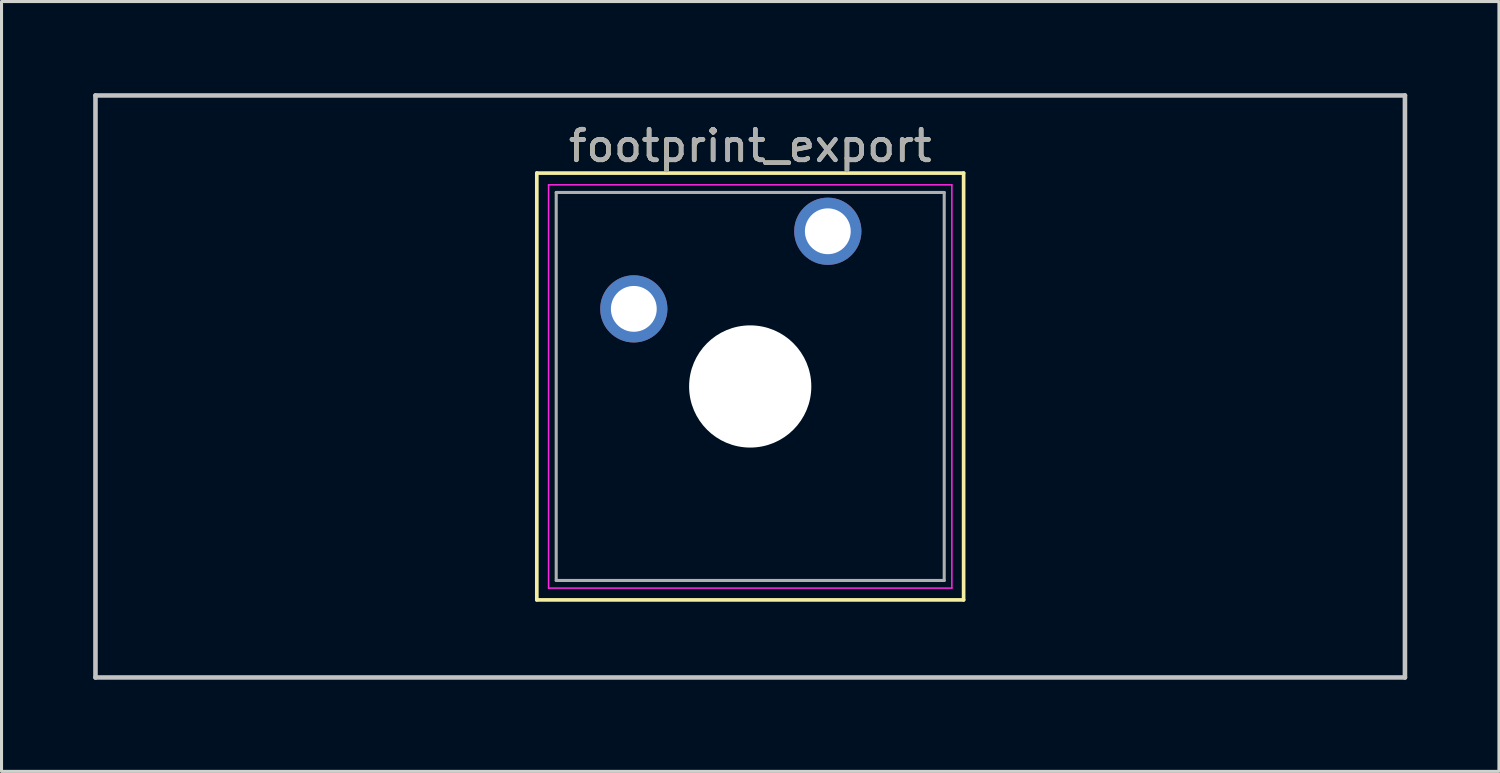
<source format=kicad_pcb>
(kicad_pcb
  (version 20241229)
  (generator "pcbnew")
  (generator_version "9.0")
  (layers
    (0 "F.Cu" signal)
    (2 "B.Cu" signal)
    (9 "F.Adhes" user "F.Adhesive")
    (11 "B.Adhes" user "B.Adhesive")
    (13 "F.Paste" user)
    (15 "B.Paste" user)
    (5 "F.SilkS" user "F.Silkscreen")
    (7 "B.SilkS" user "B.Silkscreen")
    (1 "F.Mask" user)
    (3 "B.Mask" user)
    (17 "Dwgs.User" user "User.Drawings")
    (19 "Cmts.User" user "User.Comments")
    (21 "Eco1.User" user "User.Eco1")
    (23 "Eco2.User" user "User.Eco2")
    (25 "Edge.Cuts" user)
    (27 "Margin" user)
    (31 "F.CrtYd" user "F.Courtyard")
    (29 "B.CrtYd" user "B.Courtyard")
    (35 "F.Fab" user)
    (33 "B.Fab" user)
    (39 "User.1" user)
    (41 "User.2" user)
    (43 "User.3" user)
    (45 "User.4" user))
  (footprint "footprint_export"
    (layer "F.Cu")
    (at 24.046 4.52)
    (property "Reference" "footprint_export" (at -2.54 -2.794 0) (layer "F.SilkS") (effects (font (size 1 1) (thickness 0.15))))
    (attr through_hole)
    (fp_line (start -9.525 -1.905) (end 4.445 -1.905) (stroke (width 0.12) (type solid)) (layer "F.SilkS"))
    (fp_line (start -9.525 12.065) (end -9.525 -1.905) (stroke (width 0.12) (type solid)) (layer "F.SilkS"))
    (fp_line (start 4.445 -1.905) (end 4.445 12.065) (stroke (width 0.12) (type solid)) (layer "F.SilkS"))
    (fp_line (start 4.445 12.065) (end -9.525 12.065) (stroke (width 0.12) (type solid)) (layer "F.SilkS"))
    (fp_line (start -23.971 -4.445) (end 18.891 -4.445) (stroke (width 0.15) (type solid)) (layer "Dwgs.User"))
    (fp_line (start -23.971 14.605) (end -23.971 -4.445) (stroke (width 0.15) (type solid)) (layer "Dwgs.User"))
    (fp_line (start 18.891 -4.445) (end 18.891 14.605) (stroke (width 0.15) (type solid)) (layer "Dwgs.User"))
    (fp_line (start 18.891 14.605) (end -23.971 14.605) (stroke (width 0.15) (type solid)) (layer "Dwgs.User"))
    (fp_line (start -9.14 -1.52) (end 4.06 -1.52) (stroke (width 0.05) (type solid)) (layer "F.CrtYd"))
    (fp_line (start -9.14 11.68) (end -9.14 -1.52) (stroke (width 0.05) (type solid)) (layer "F.CrtYd"))
    (fp_line (start 4.06 -1.52) (end 4.06 11.68) (stroke (width 0.05) (type solid)) (layer "F.CrtYd"))
    (fp_line (start 4.06 11.68) (end -9.14 11.68) (stroke (width 0.05) (type solid)) (layer "F.CrtYd"))
    (fp_line (start -8.89 -1.27) (end 3.81 -1.27) (stroke (width 0.1) (type solid)) (layer "F.Fab"))
    (fp_line (start -8.89 11.43) (end -8.89 -1.27) (stroke (width 0.1) (type solid)) (layer "F.Fab"))
    (fp_line (start 3.81 -1.27) (end 3.81 11.43) (stroke (width 0.1) (type solid)) (layer "F.Fab"))
    (fp_line (start 3.81 11.43) (end -8.89 11.43) (stroke (width 0.1) (type solid)) (layer "F.Fab"))
    (fp_text user "${REFERENCE}" (at -2.54 -2.794 0) (layer "F.Fab") (effects (font (size 1 1) (thickness 0.15))))
    (pad "" np_thru_hole circle (at -2.54 5.08) (size 4 4) (drill 4) (layers "*.Cu" "*.Mask"))
    (pad "1" thru_hole circle (at 0 0) (size 2.2 2.2) (drill 1.5) (layers "*.Cu" "*.Mask"))
    (pad "2" thru_hole circle (at -6.35 2.54) (size 2.2 2.2) (drill 1.5) (layers "*.Cu" "*.Mask")))
  (gr_rect
    (start -3 -3)
    (end 46.013 22.2)
    (stroke (width 0.1) (type default))
    (fill no)
    (layer "Edge.Cuts")))
</source>
